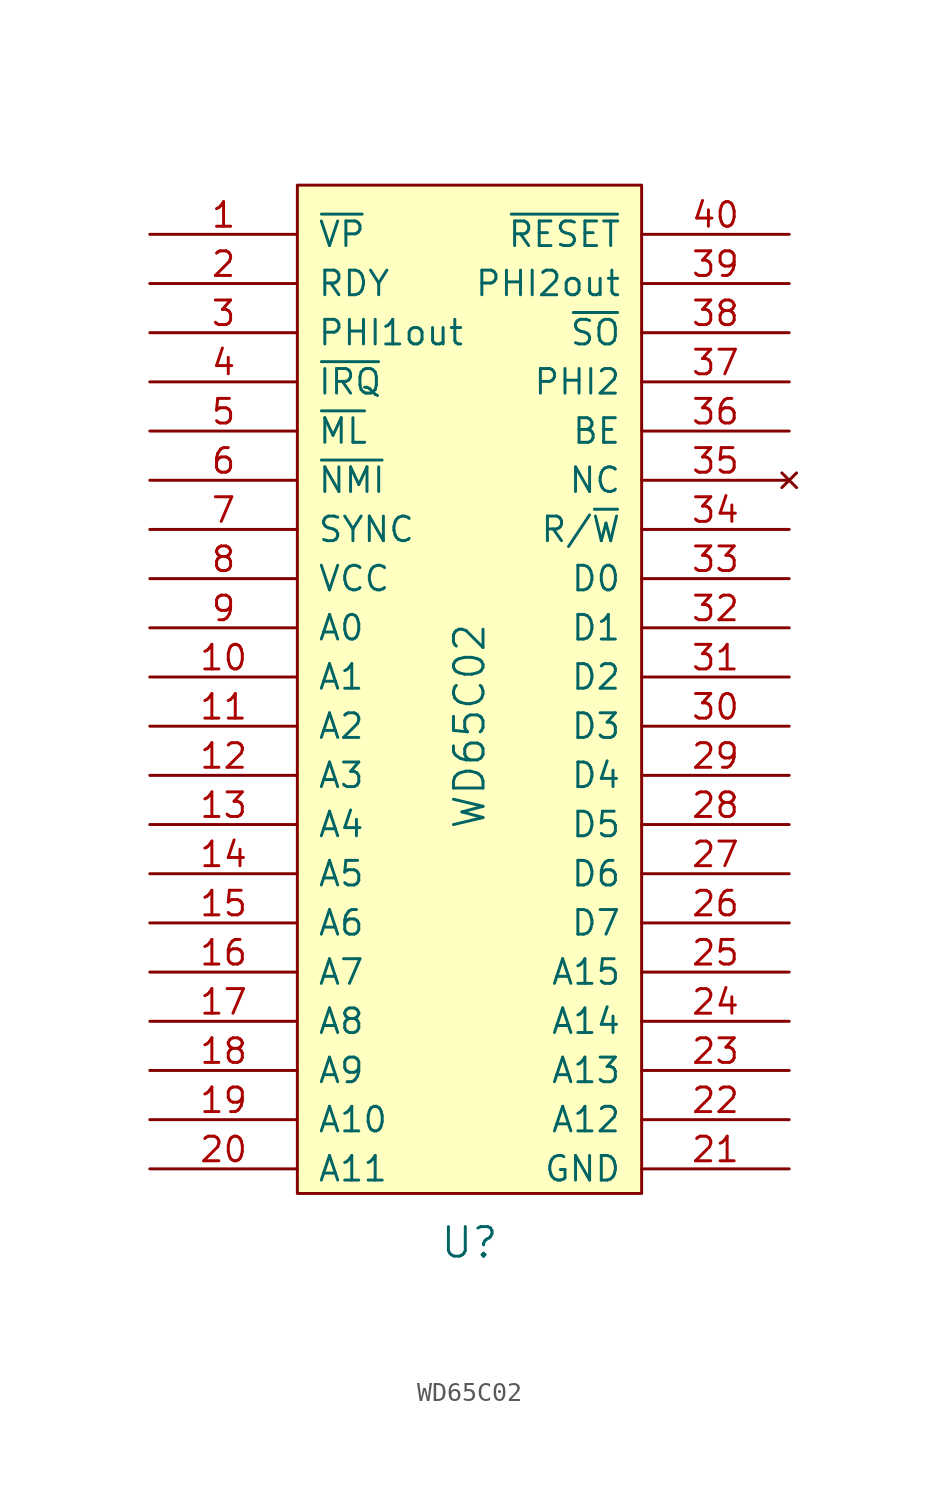
<source format=kicad_sym>
(kicad_symbol_lib
  (version 20211014)
  (generator kicad_symbol_editor)
  (symbol "WD65C02"
    (pin_names
      (offset 1.016))
    (property "Reference" "U"
      (at 0 -29.21 0)
      (effects (font (size 1.524 1.524))))
    (property "Value" "WD65C02"
      (at 0 -2.54 90)
      (effects (font (size 1.524 1.524))))
    (property "Footprint" ""
      (at -12.7 5.08 0)
      (effects (font (size 1.524 1.524))))
    (property "Datasheet" ""
      (at -12.7 5.08 0)
      (effects (font (size 1.524 1.524))))
    (symbol "WD65C02_0_1"
      (rectangle (start -8.89 25.4) (end 8.89 -26.67) (stroke (width 0) (type default) (color 0 0 0 0)) (fill (type background))))
    (symbol "WD65C02_1_1"
      (pin output line (at -16.51 22.86 0) (length 7.62) (name "~{VP}" (effects (font (size 1.27 1.27)))) (number "1" (effects (font (size 1.27 1.27)))))
      (pin output line (at -16.51 0 0) (length 7.62) (name "A1" (effects (font (size 1.27 1.27)))) (number "10" (effects (font (size 1.27 1.27)))))
      (pin output line (at -16.51 -2.54 0) (length 7.62) (name "A2" (effects (font (size 1.27 1.27)))) (number "11" (effects (font (size 1.27 1.27)))))
      (pin output line (at -16.51 -5.08 0) (length 7.62) (name "A3" (effects (font (size 1.27 1.27)))) (number "12" (effects (font (size 1.27 1.27)))))
      (pin output line (at -16.51 -7.62 0) (length 7.62) (name "A4" (effects (font (size 1.27 1.27)))) (number "13" (effects (font (size 1.27 1.27)))))
      (pin output line (at -16.51 -10.16 0) (length 7.62) (name "A5" (effects (font (size 1.27 1.27)))) (number "14" (effects (font (size 1.27 1.27)))))
      (pin output line (at -16.51 -12.7 0) (length 7.62) (name "A6" (effects (font (size 1.27 1.27)))) (number "15" (effects (font (size 1.27 1.27)))))
      (pin output line (at -16.51 -15.24 0) (length 7.62) (name "A7" (effects (font (size 1.27 1.27)))) (number "16" (effects (font (size 1.27 1.27)))))
      (pin output line (at -16.51 -17.78 0) (length 7.62) (name "A8" (effects (font (size 1.27 1.27)))) (number "17" (effects (font (size 1.27 1.27)))))
      (pin output line (at -16.51 -20.32 0) (length 7.62) (name "A9" (effects (font (size 1.27 1.27)))) (number "18" (effects (font (size 1.27 1.27)))))
      (pin output line (at -16.51 -22.86 0) (length 7.62) (name "A10" (effects (font (size 1.27 1.27)))) (number "19" (effects (font (size 1.27 1.27)))))
      (pin bidirectional line (at -16.51 20.32 0) (length 7.62) (name "RDY" (effects (font (size 1.27 1.27)))) (number "2" (effects (font (size 1.27 1.27)))))
      (pin output line (at -16.51 -25.4 0) (length 7.62) (name "A11" (effects (font (size 1.27 1.27)))) (number "20" (effects (font (size 1.27 1.27)))))
      (pin power_in line (at 16.51 -25.4 180) (length 7.62) (name "GND" (effects (font (size 1.27 1.27)))) (number "21" (effects (font (size 1.27 1.27)))))
      (pin output line (at 16.51 -22.86 180) (length 7.62) (name "A12" (effects (font (size 1.27 1.27)))) (number "22" (effects (font (size 1.27 1.27)))))
      (pin output line (at 16.51 -20.32 180) (length 7.62) (name "A13" (effects (font (size 1.27 1.27)))) (number "23" (effects (font (size 1.27 1.27)))))
      (pin output line (at 16.51 -17.78 180) (length 7.62) (name "A14" (effects (font (size 1.27 1.27)))) (number "24" (effects (font (size 1.27 1.27)))))
      (pin output line (at 16.51 -15.24 180) (length 7.62) (name "A15" (effects (font (size 1.27 1.27)))) (number "25" (effects (font (size 1.27 1.27)))))
      (pin tri_state line (at 16.51 -12.7 180) (length 7.62) (name "D7" (effects (font (size 1.27 1.27)))) (number "26" (effects (font (size 1.27 1.27)))))
      (pin tri_state line (at 16.51 -10.16 180) (length 7.62) (name "D6" (effects (font (size 1.27 1.27)))) (number "27" (effects (font (size 1.27 1.27)))))
      (pin tri_state line (at 16.51 -7.62 180) (length 7.62) (name "D5" (effects (font (size 1.27 1.27)))) (number "28" (effects (font (size 1.27 1.27)))))
      (pin tri_state line (at 16.51 -5.08 180) (length 7.62) (name "D4" (effects (font (size 1.27 1.27)))) (number "29" (effects (font (size 1.27 1.27)))))
      (pin output line (at -16.51 17.78 0) (length 7.62) (name "PHI1out" (effects (font (size 1.27 1.27)))) (number "3" (effects (font (size 1.27 1.27)))))
      (pin tri_state line (at 16.51 -2.54 180) (length 7.62) (name "D3" (effects (font (size 1.27 1.27)))) (number "30" (effects (font (size 1.27 1.27)))))
      (pin tri_state line (at 16.51 0 180) (length 7.62) (name "D2" (effects (font (size 1.27 1.27)))) (number "31" (effects (font (size 1.27 1.27)))))
      (pin tri_state line (at 16.51 2.54 180) (length 7.62) (name "D1" (effects (font (size 1.27 1.27)))) (number "32" (effects (font (size 1.27 1.27)))))
      (pin tri_state line (at 16.51 5.08 180) (length 7.62) (name "D0" (effects (font (size 1.27 1.27)))) (number "33" (effects (font (size 1.27 1.27)))))
      (pin output line (at 16.51 7.62 180) (length 7.62) (name "R/~{W}" (effects (font (size 1.27 1.27)))) (number "34" (effects (font (size 1.27 1.27)))))
      (pin no_connect line (at 16.51 10.16 180) (length 7.62) (name "NC" (effects (font (size 1.27 1.27)))) (number "35" (effects (font (size 1.27 1.27)))))
      (pin input line (at 16.51 12.7 180) (length 7.62) (name "BE" (effects (font (size 1.27 1.27)))) (number "36" (effects (font (size 1.27 1.27)))))
      (pin input line (at 16.51 15.24 180) (length 7.62) (name "PHI2" (effects (font (size 1.27 1.27)))) (number "37" (effects (font (size 1.27 1.27)))))
      (pin output line (at 16.51 17.78 180) (length 7.62) (name "~{SO}" (effects (font (size 1.27 1.27)))) (number "38" (effects (font (size 1.27 1.27)))))
      (pin output line (at 16.51 20.32 180) (length 7.62) (name "PHI2out" (effects (font (size 1.27 1.27)))) (number "39" (effects (font (size 1.27 1.27)))))
      (pin input line (at -16.51 15.24 0) (length 7.62) (name "~{IRQ}" (effects (font (size 1.27 1.27)))) (number "4" (effects (font (size 1.27 1.27)))))
      (pin input line (at 16.51 22.86 180) (length 7.62) (name "~{RESET}" (effects (font (size 1.27 1.27)))) (number "40" (effects (font (size 1.27 1.27)))))
      (pin output line (at -16.51 12.7 0) (length 7.62) (name "~{ML}" (effects (font (size 1.27 1.27)))) (number "5" (effects (font (size 1.27 1.27)))))
      (pin input line (at -16.51 10.16 0) (length 7.62) (name "~{NMI}" (effects (font (size 1.27 1.27)))) (number "6" (effects (font (size 1.27 1.27)))))
      (pin output line (at -16.51 7.62 0) (length 7.62) (name "SYNC" (effects (font (size 1.27 1.27)))) (number "7" (effects (font (size 1.27 1.27)))))
      (pin power_in line (at -16.51 5.08 0) (length 7.62) (name "VCC" (effects (font (size 1.27 1.27)))) (number "8" (effects (font (size 1.27 1.27)))))
      (pin output line (at -16.51 2.54 0) (length 7.62) (name "A0" (effects (font (size 1.27 1.27)))) (number "9" (effects (font (size 1.27 1.27))))))))
</source>
